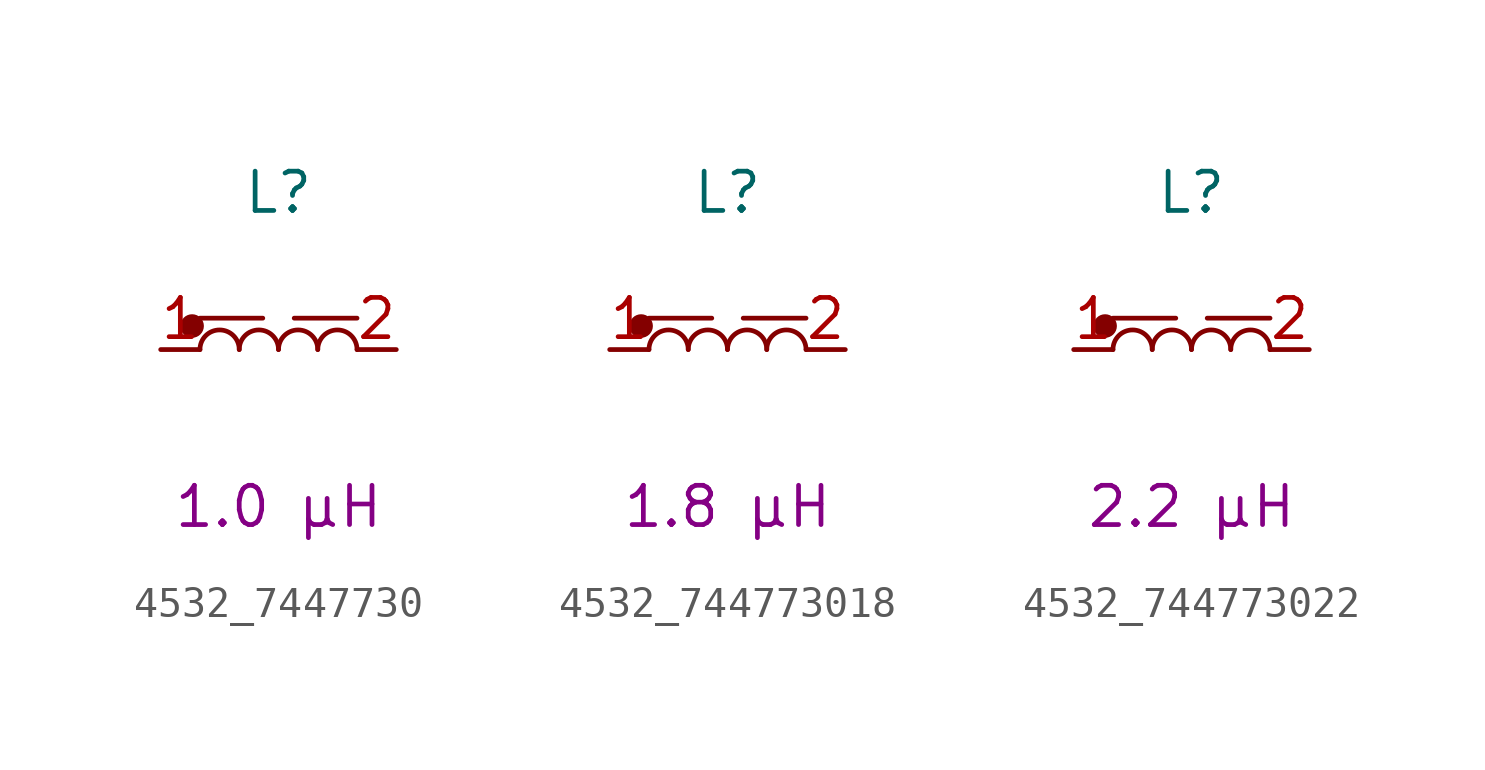
<source format=kicad_sym>
(kicad_symbol_lib
  (version 20220914)
  (generator kicad_symbol_editor)
  (symbol "4532_7447730"
    (pin_names hide)
    (property "Reference" "L"
      (at 0 5.08 0)
      (effects (font (size 1.27 1.27))))
    (property "Critical Parameter" "1.0 µH"
      (at 0 -5.08 0)
      (effects (font (size 1.27 1.27))))
    (symbol "4532_7447730_0_1"
      (arc (start -1.27 0) (mid -1.905 0.6323) (end -2.54 0) (stroke (width 0) (type default)) (fill (type none)))
      (arc (start 0 0) (mid -0.635 0.6323) (end -1.27 0) (stroke (width 0) (type default)) (fill (type none)))
      (polyline (pts (xy -2.54 1.016) (xy -0.508 1.016)) (stroke (width 0) (type default)) (fill (type none)))
      (arc (start 1.27 0) (mid 0.635 0.6323) (end 0 0) (stroke (width 0) (type default)) (fill (type none)))
      (arc (start 2.54 0) (mid 1.905 0.6323) (end 1.27 0) (stroke (width 0) (type default)) (fill (type none))))
    (symbol "4532_7447730_1_1"
      (circle (center -2.794 0.762) (radius 0.0001) (stroke (width 0.381) (type default)) (fill (type none)))
      (polyline (pts (xy 2.54 1.016) (xy 0.508 1.016)) (stroke (width 0) (type default)) (fill (type none)))
      (pin passive line (at -3.81 0 0) (length 1.27) (name "1" (effects (font (size 1.27 1.27)))) (number "1" (effects (font (size 1.27 1.27)))))
      (pin passive line (at 3.81 0 180) (length 1.27) (name "2" (effects (font (size 1.27 1.27)))) (number "2" (effects (font (size 1.27 1.27)))))))
  (symbol "4532_744773018"
    (pin_names hide)
    (property "Reference" "L"
      (at 0 5.08 0)
      (effects (font (size 1.27 1.27))))
    (property "Critical Parameter" "1.8 µH"
      (at 0 -5.08 0)
      (effects (font (size 1.27 1.27))))
    (symbol "4532_744773018_0_1"
      (arc (start -1.27 0) (mid -1.905 0.6323) (end -2.54 0) (stroke (width 0) (type default)) (fill (type none)))
      (arc (start 0 0) (mid -0.635 0.6323) (end -1.27 0) (stroke (width 0) (type default)) (fill (type none)))
      (polyline (pts (xy -2.54 1.016) (xy -0.508 1.016)) (stroke (width 0) (type default)) (fill (type none)))
      (arc (start 1.27 0) (mid 0.635 0.6323) (end 0 0) (stroke (width 0) (type default)) (fill (type none)))
      (arc (start 2.54 0) (mid 1.905 0.6323) (end 1.27 0) (stroke (width 0) (type default)) (fill (type none))))
    (symbol "4532_744773018_1_1"
      (circle (center -2.794 0.762) (radius 0.0001) (stroke (width 0.381) (type default)) (fill (type none)))
      (polyline (pts (xy 2.54 1.016) (xy 0.508 1.016)) (stroke (width 0) (type default)) (fill (type none)))
      (pin passive line (at -3.81 0 0) (length 1.27) (name "1" (effects (font (size 1.27 1.27)))) (number "1" (effects (font (size 1.27 1.27)))))
      (pin passive line (at 3.81 0 180) (length 1.27) (name "2" (effects (font (size 1.27 1.27)))) (number "2" (effects (font (size 1.27 1.27)))))))
  (symbol "4532_744773022"
    (pin_names hide)
    (property "Reference" "L"
      (at 0 5.08 0)
      (effects (font (size 1.27 1.27))))
    (property "Critical Parameter" "2.2 µH"
      (at 0 -5.08 0)
      (effects (font (size 1.27 1.27))))
    (symbol "4532_744773022_0_1"
      (arc (start -1.27 0) (mid -1.905 0.6323) (end -2.54 0) (stroke (width 0) (type default)) (fill (type none)))
      (arc (start 0 0) (mid -0.635 0.6323) (end -1.27 0) (stroke (width 0) (type default)) (fill (type none)))
      (polyline (pts (xy -2.54 1.016) (xy -0.508 1.016)) (stroke (width 0) (type default)) (fill (type none)))
      (arc (start 1.27 0) (mid 0.635 0.6323) (end 0 0) (stroke (width 0) (type default)) (fill (type none)))
      (arc (start 2.54 0) (mid 1.905 0.6323) (end 1.27 0) (stroke (width 0) (type default)) (fill (type none))))
    (symbol "4532_744773022_1_1"
      (circle (center -2.794 0.762) (radius 0.0001) (stroke (width 0.381) (type default)) (fill (type none)))
      (polyline (pts (xy 2.54 1.016) (xy 0.508 1.016)) (stroke (width 0) (type default)) (fill (type none)))
      (pin passive line (at -3.81 0 0) (length 1.27) (name "1" (effects (font (size 1.27 1.27)))) (number "1" (effects (font (size 1.27 1.27)))))
      (pin passive line (at 3.81 0 180) (length 1.27) (name "2" (effects (font (size 1.27 1.27)))) (number "2" (effects (font (size 1.27 1.27))))))))
</source>
